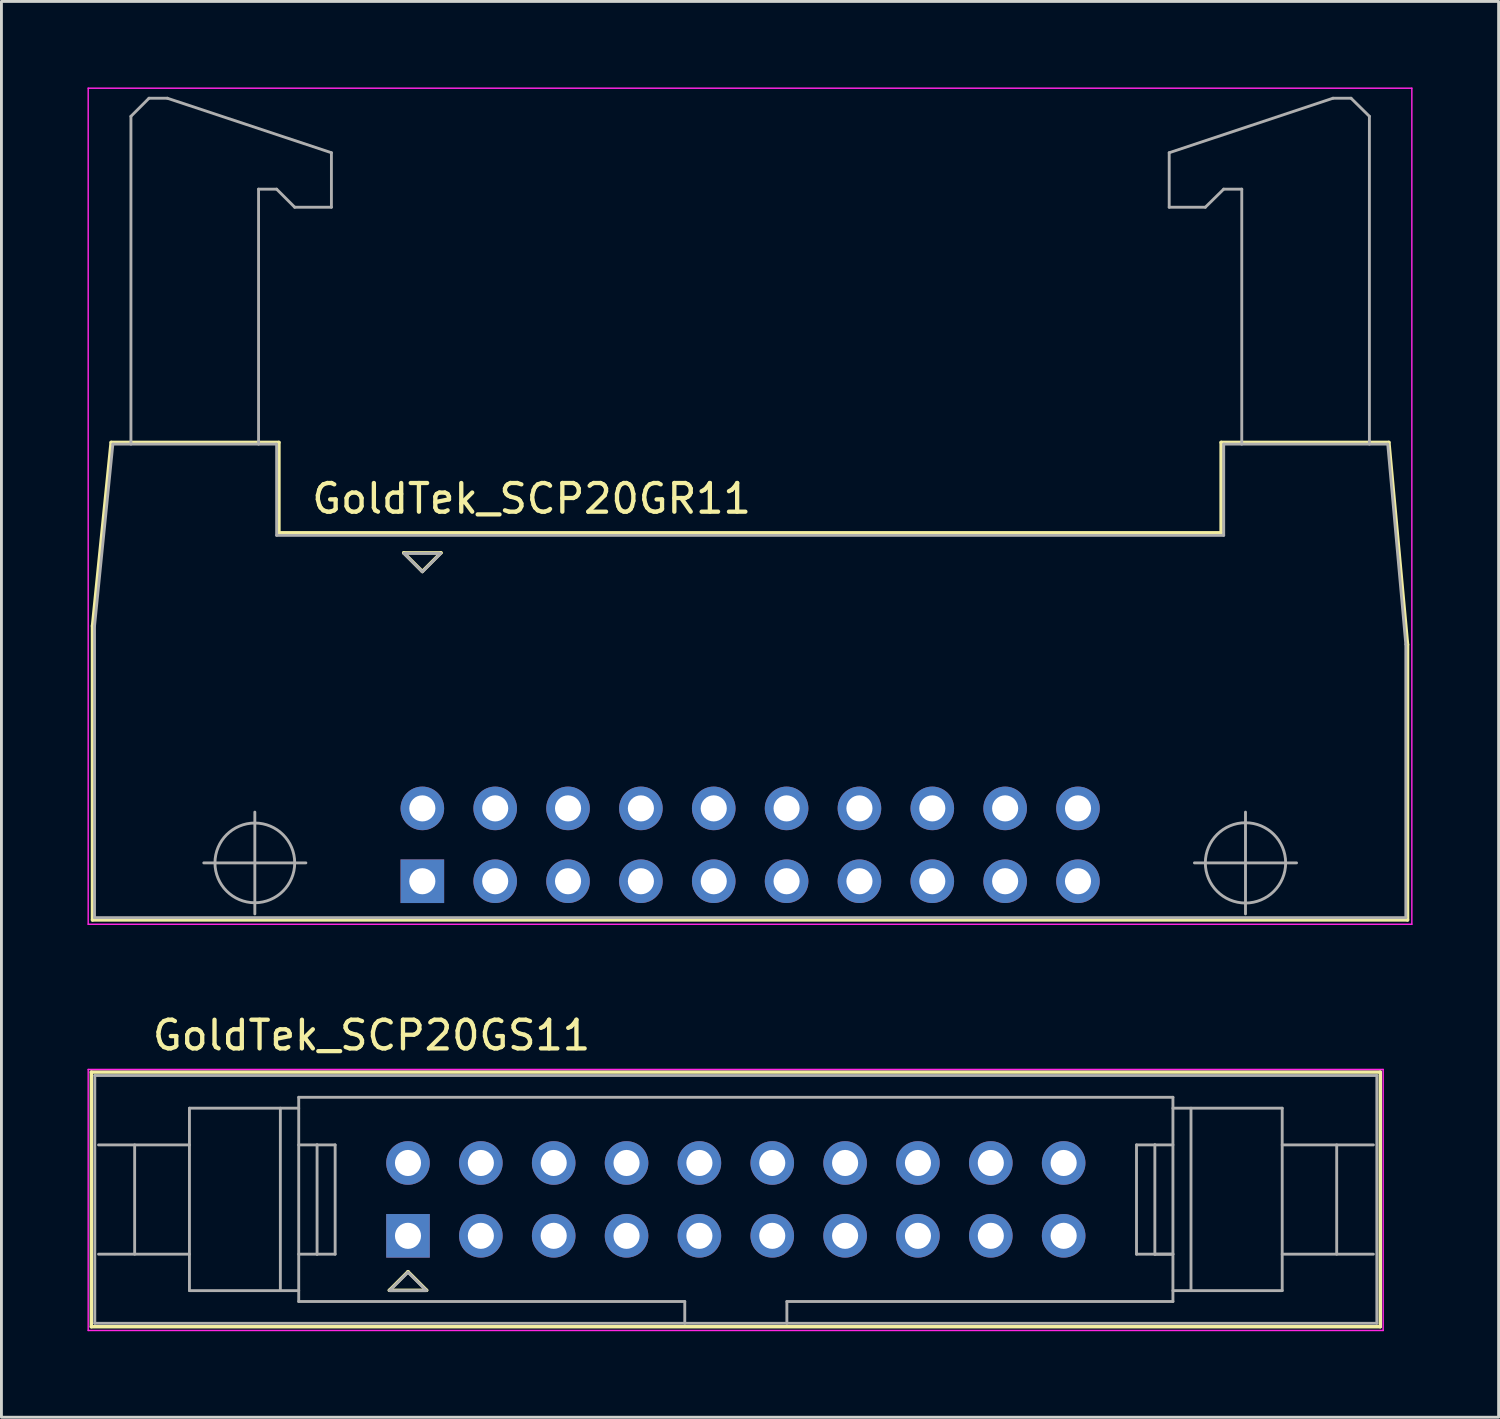
<source format=kicad_pcb>
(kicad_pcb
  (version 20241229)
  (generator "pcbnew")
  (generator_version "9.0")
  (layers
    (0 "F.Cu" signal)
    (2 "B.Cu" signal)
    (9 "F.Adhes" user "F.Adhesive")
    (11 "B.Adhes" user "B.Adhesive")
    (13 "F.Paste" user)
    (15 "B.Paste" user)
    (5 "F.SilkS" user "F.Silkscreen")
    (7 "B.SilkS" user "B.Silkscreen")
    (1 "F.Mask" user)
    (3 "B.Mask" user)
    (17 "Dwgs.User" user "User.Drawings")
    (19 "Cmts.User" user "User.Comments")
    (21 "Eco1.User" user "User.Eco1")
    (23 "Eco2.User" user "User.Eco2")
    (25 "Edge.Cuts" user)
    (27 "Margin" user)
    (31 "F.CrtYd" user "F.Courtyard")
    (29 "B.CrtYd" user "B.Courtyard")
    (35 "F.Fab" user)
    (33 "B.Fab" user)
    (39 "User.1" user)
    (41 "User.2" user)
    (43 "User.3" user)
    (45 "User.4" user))
  (footprint "GoldTek_SCP20GR11"
    (layer "F.Cu")
    (at 11.675 27.675)
    (property "Reference" "GoldTek_SCP20GR11" (at 3.81 -13.34 0) (layer "F.SilkS") (effects (font (size 1 1) (thickness 0.15))))
    (attr through_hole)
    (fp_line (start -11.5 -8.9) (end -10.85 -15.3) (stroke (width 0.12) (type solid)) (layer "F.SilkS"))
    (fp_line (start -11.5 1.35) (end -11.5 -8.9) (stroke (width 0.12) (type solid)) (layer "F.SilkS"))
    (fp_line (start -10.85 -15.3) (end -5 -15.3) (stroke (width 0.12) (type solid)) (layer "F.SilkS"))
    (fp_line (start -5 -15.3) (end -5 -12.15) (stroke (width 0.12) (type solid)) (layer "F.SilkS"))
    (fp_line (start -5 -12.15) (end 27.85 -12.15) (stroke (width 0.12) (type solid)) (layer "F.SilkS"))
    (fp_line (start -0.65 -11.45) (end 0 -10.8) (stroke (width 0.12) (type solid)) (layer "F.SilkS"))
    (fp_line (start 0 -10.8) (end 0.65 -11.45) (stroke (width 0.12) (type solid)) (layer "F.SilkS"))
    (fp_line (start 0.65 -11.45) (end -0.65 -11.45) (stroke (width 0.12) (type solid)) (layer "F.SilkS"))
    (fp_line (start 27.85 -15.3) (end 33.7 -15.3) (stroke (width 0.12) (type solid)) (layer "F.SilkS"))
    (fp_line (start 27.85 -12.15) (end 27.85 -15.3) (stroke (width 0.12) (type solid)) (layer "F.SilkS"))
    (fp_line (start 33.7 -15.3) (end 34.35 -8.25) (stroke (width 0.12) (type solid)) (layer "F.SilkS"))
    (fp_line (start 34.35 -8.25) (end 34.35 1.35) (stroke (width 0.12) (type solid)) (layer "F.SilkS"))
    (fp_line (start 34.35 1.35) (end -11.5 1.35) (stroke (width 0.12) (type solid)) (layer "F.SilkS"))
    (fp_line (start -11.65 -27.65) (end 34.5 -27.65) (stroke (width 0.05) (type solid)) (layer "F.CrtYd"))
    (fp_line (start -11.65 1.5) (end -11.65 -27.65) (stroke (width 0.05) (type solid)) (layer "F.CrtYd"))
    (fp_line (start 34.5 -27.65) (end 34.5 1.5) (stroke (width 0.05) (type solid)) (layer "F.CrtYd"))
    (fp_line (start 34.5 1.5) (end -11.65 1.5) (stroke (width 0.05) (type solid)) (layer "F.CrtYd"))
    (fp_line (start -11.43 -8.89) (end -10.79 -15.24) (stroke (width 0.1) (type solid)) (layer "F.Fab"))
    (fp_line (start -11.43 1.27) (end -11.43 -8.89) (stroke (width 0.1) (type solid)) (layer "F.Fab"))
    (fp_line (start -11.43 1.27) (end 34.29 1.27) (stroke (width 0.1) (type solid)) (layer "F.Fab"))
    (fp_line (start -10.79 -15.24) (end -5.08 -15.24) (stroke (width 0.1) (type solid)) (layer "F.Fab"))
    (fp_line (start -10.16 -26.67) (end -9.53 -27.3) (stroke (width 0.1) (type solid)) (layer "F.Fab"))
    (fp_line (start -10.16 -15.24) (end -10.16 -26.67) (stroke (width 0.1) (type solid)) (layer "F.Fab"))
    (fp_line (start -9.53 -27.3) (end -8.89 -27.3) (stroke (width 0.1) (type solid)) (layer "F.Fab"))
    (fp_line (start -8.89 -27.3) (end -3.17 -25.4) (stroke (width 0.1) (type solid)) (layer "F.Fab"))
    (fp_line (start -7.62 -0.64) (end -4.06 -0.64) (stroke (width 0.1) (type solid)) (layer "F.Fab"))
    (fp_line (start -5.84 -2.41) (end -5.84 1.14) (stroke (width 0.1) (type solid)) (layer "F.Fab"))
    (fp_line (start -5.71 -24.13) (end -5.71 -15.24) (stroke (width 0.1) (type solid)) (layer "F.Fab"))
    (fp_line (start -5.08 -24.13) (end -5.71 -24.13) (stroke (width 0.1) (type solid)) (layer "F.Fab"))
    (fp_line (start -5.08 -15.24) (end -5.08 -12.06) (stroke (width 0.1) (type solid)) (layer "F.Fab"))
    (fp_line (start -4.45 -23.5) (end -5.08 -24.13) (stroke (width 0.1) (type solid)) (layer "F.Fab"))
    (fp_line (start -3.17 -25.4) (end -3.17 -23.5) (stroke (width 0.1) (type solid)) (layer "F.Fab"))
    (fp_line (start -3.17 -23.5) (end -4.45 -23.5) (stroke (width 0.1) (type solid)) (layer "F.Fab"))
    (fp_line (start -0.64 -11.43) (end 0.64 -11.43) (stroke (width 0.1) (type solid)) (layer "F.Fab"))
    (fp_line (start 0 -10.79) (end -0.64 -11.43) (stroke (width 0.1) (type solid)) (layer "F.Fab"))
    (fp_line (start 0.64 -11.43) (end 0 -10.79) (stroke (width 0.1) (type solid)) (layer "F.Fab"))
    (fp_line (start 26.04 -25.4) (end 26.04 -23.5) (stroke (width 0.1) (type solid)) (layer "F.Fab"))
    (fp_line (start 26.04 -23.5) (end 27.3 -23.5) (stroke (width 0.1) (type solid)) (layer "F.Fab"))
    (fp_line (start 26.92 -0.64) (end 30.48 -0.64) (stroke (width 0.1) (type solid)) (layer "F.Fab"))
    (fp_line (start 27.3 -23.5) (end 27.94 -24.13) (stroke (width 0.1) (type solid)) (layer "F.Fab"))
    (fp_line (start 27.94 -24.13) (end 28.57 -24.13) (stroke (width 0.1) (type solid)) (layer "F.Fab"))
    (fp_line (start 27.94 -15.24) (end 27.94 -12.06) (stroke (width 0.1) (type solid)) (layer "F.Fab"))
    (fp_line (start 27.94 -12.06) (end -5.08 -12.06) (stroke (width 0.1) (type solid)) (layer "F.Fab"))
    (fp_line (start 28.57 -24.13) (end 28.57 -15.24) (stroke (width 0.1) (type solid)) (layer "F.Fab"))
    (fp_line (start 28.7 -2.41) (end 28.7 1.14) (stroke (width 0.1) (type solid)) (layer "F.Fab"))
    (fp_line (start 31.75 -27.3) (end 26.04 -25.4) (stroke (width 0.1) (type solid)) (layer "F.Fab"))
    (fp_line (start 32.38 -27.3) (end 31.75 -27.3) (stroke (width 0.1) (type solid)) (layer "F.Fab"))
    (fp_line (start 33.02 -26.67) (end 32.38 -27.3) (stroke (width 0.1) (type solid)) (layer "F.Fab"))
    (fp_line (start 33.02 -15.24) (end 33.02 -26.67) (stroke (width 0.1) (type solid)) (layer "F.Fab"))
    (fp_line (start 33.66 -15.24) (end 27.94 -15.24) (stroke (width 0.1) (type solid)) (layer "F.Fab"))
    (fp_line (start 34.29 -8.26) (end 33.66 -15.24) (stroke (width 0.1) (type solid)) (layer "F.Fab"))
    (fp_line (start 34.29 1.27) (end 34.29 -8.26) (stroke (width 0.1) (type solid)) (layer "F.Fab"))
    (fp_circle (center -5.84 -0.64) (end -4.45 -0.64) (stroke (width 0.1) (type solid)) (fill no) (layer "F.Fab"))
    (fp_circle (center 28.7 -0.64) (end 30.1 -0.64) (stroke (width 0.1) (type solid)) (fill no) (layer "F.Fab"))
    (pad "1" thru_hole rect (at 0 0) (size 1.52 1.52) (drill 0.91) (layers "*.Cu" "*.Mask"))
    (pad "2" thru_hole circle (at 0 -2.54) (size 1.52 1.52) (drill 0.91) (layers "*.Cu" "*.Mask"))
    (pad "3" thru_hole circle (at 2.54 0) (size 1.52 1.52) (drill 0.91) (layers "*.Cu" "*.Mask"))
    (pad "4" thru_hole circle (at 2.54 -2.54) (size 1.52 1.52) (drill 0.91) (layers "*.Cu" "*.Mask"))
    (pad "5" thru_hole circle (at 5.08 0) (size 1.52 1.52) (drill 0.91) (layers "*.Cu" "*.Mask"))
    (pad "6" thru_hole circle (at 5.08 -2.54) (size 1.52 1.52) (drill 0.91) (layers "*.Cu" "*.Mask"))
    (pad "7" thru_hole circle (at 7.62 0) (size 1.52 1.52) (drill 0.91) (layers "*.Cu" "*.Mask"))
    (pad "8" thru_hole circle (at 7.62 -2.54) (size 1.52 1.52) (drill 0.91) (layers "*.Cu" "*.Mask"))
    (pad "9" thru_hole circle (at 10.16 0) (size 1.52 1.52) (drill 0.91) (layers "*.Cu" "*.Mask"))
    (pad "10" thru_hole circle (at 10.16 -2.54) (size 1.52 1.52) (drill 0.91) (layers "*.Cu" "*.Mask"))
    (pad "11" thru_hole circle (at 12.7 0) (size 1.52 1.52) (drill 0.91) (layers "*.Cu" "*.Mask"))
    (pad "12" thru_hole circle (at 12.7 -2.54) (size 1.52 1.52) (drill 0.91) (layers "*.Cu" "*.Mask"))
    (pad "13" thru_hole circle (at 15.24 0) (size 1.52 1.52) (drill 0.91) (layers "*.Cu" "*.Mask"))
    (pad "14" thru_hole circle (at 15.24 -2.54) (size 1.52 1.52) (drill 0.91) (layers "*.Cu" "*.Mask"))
    (pad "15" thru_hole circle (at 17.78 0) (size 1.52 1.52) (drill 0.91) (layers "*.Cu" "*.Mask"))
    (pad "16" thru_hole circle (at 17.78 -2.54) (size 1.52 1.52) (drill 0.91) (layers "*.Cu" "*.Mask"))
    (pad "17" thru_hole circle (at 20.32 0) (size 1.52 1.52) (drill 0.91) (layers "*.Cu" "*.Mask"))
    (pad "18" thru_hole circle (at 20.32 -2.54) (size 1.52 1.52) (drill 0.91) (layers "*.Cu" "*.Mask"))
    (pad "19" thru_hole circle (at 22.86 0) (size 1.52 1.52) (drill 0.91) (layers "*.Cu" "*.Mask"))
    (pad "20" thru_hole circle (at 22.86 -2.54) (size 1.52 1.52) (drill 0.91) (layers "*.Cu" "*.Mask")))
  (footprint "GoldTek_SCP20GS11"
    (layer "F.Cu")
    (at 11.175 40.038)
    (property "Reference" "GoldTek_SCP20GS11" (at -1.27 -6.99 0) (layer "F.SilkS") (effects (font (size 1 1) (thickness 0.15))))
    (attr through_hole)
    (fp_line (start -11.04 -5.71) (end -11.04 3.17) (stroke (width 0.12) (type solid)) (layer "F.SilkS"))
    (fp_line (start -11.04 -5.71) (end 33.9 -5.71) (stroke (width 0.12) (type solid)) (layer "F.SilkS"))
    (fp_line (start -0.65 1.9) (end 0 1.25) (stroke (width 0.12) (type solid)) (layer "F.SilkS"))
    (fp_line (start 0 1.25) (end 0.65 1.9) (stroke (width 0.12) (type solid)) (layer "F.SilkS"))
    (fp_line (start 0.65 1.9) (end -0.65 1.9) (stroke (width 0.12) (type solid)) (layer "F.SilkS"))
    (fp_line (start 33.9 3.17) (end -11.04 3.17) (stroke (width 0.12) (type solid)) (layer "F.SilkS"))
    (fp_line (start 33.9 3.17) (end 33.9 -5.71) (stroke (width 0.12) (type solid)) (layer "F.SilkS"))
    (fp_line (start -11.15 -5.8) (end 34 -5.8) (stroke (width 0.05) (type solid)) (layer "F.CrtYd"))
    (fp_line (start -11.15 3.3) (end -11.15 -5.8) (stroke (width 0.05) (type solid)) (layer "F.CrtYd"))
    (fp_line (start 34 -5.8) (end 34 3.3) (stroke (width 0.05) (type solid)) (layer "F.CrtYd"))
    (fp_line (start 34 3.3) (end -11.15 3.3) (stroke (width 0.05) (type solid)) (layer "F.CrtYd"))
    (fp_line (start -10.92 -5.59) (end -10.92 3.05) (stroke (width 0.1) (type solid)) (layer "F.Fab"))
    (fp_line (start -10.92 3.05) (end 33.78 3.05) (stroke (width 0.1) (type solid)) (layer "F.Fab"))
    (fp_line (start -9.53 -3.17) (end -9.53 0.64) (stroke (width 0.1) (type solid)) (layer "F.Fab"))
    (fp_line (start -7.62 -4.45) (end -7.62 1.91) (stroke (width 0.1) (type solid)) (layer "F.Fab"))
    (fp_line (start -7.62 -3.17) (end -10.79 -3.17) (stroke (width 0.1) (type solid)) (layer "F.Fab"))
    (fp_line (start -7.62 0.64) (end -10.79 0.64) (stroke (width 0.1) (type solid)) (layer "F.Fab"))
    (fp_line (start -7.62 1.91) (end -3.81 1.91) (stroke (width 0.1) (type solid)) (layer "F.Fab"))
    (fp_line (start -4.45 -4.45) (end -4.45 1.91) (stroke (width 0.1) (type solid)) (layer "F.Fab"))
    (fp_line (start -3.81 -4.83) (end 26.67 -4.83) (stroke (width 0.1) (type solid)) (layer "F.Fab"))
    (fp_line (start -3.81 -4.45) (end -7.62 -4.45) (stroke (width 0.1) (type solid)) (layer "F.Fab"))
    (fp_line (start -3.81 -3.17) (end -3.17 -3.17) (stroke (width 0.1) (type solid)) (layer "F.Fab"))
    (fp_line (start -3.81 2.29) (end -3.81 -4.83) (stroke (width 0.1) (type solid)) (layer "F.Fab"))
    (fp_line (start -3.17 -3.17) (end -3.17 0.64) (stroke (width 0.1) (type solid)) (layer "F.Fab"))
    (fp_line (start -3.17 -3.17) (end -2.54 -3.17) (stroke (width 0.1) (type solid)) (layer "F.Fab"))
    (fp_line (start -3.17 0.64) (end -3.81 0.64) (stroke (width 0.1) (type solid)) (layer "F.Fab"))
    (fp_line (start -2.54 -3.17) (end -2.54 0.64) (stroke (width 0.1) (type solid)) (layer "F.Fab"))
    (fp_line (start -2.54 0.64) (end -3.17 0.64) (stroke (width 0.1) (type solid)) (layer "F.Fab"))
    (fp_line (start -0.64 1.91) (end 0 1.27) (stroke (width 0.1) (type solid)) (layer "F.Fab"))
    (fp_line (start 0 1.27) (end 0.64 1.91) (stroke (width 0.1) (type solid)) (layer "F.Fab"))
    (fp_line (start 0.64 1.91) (end -0.64 1.91) (stroke (width 0.1) (type solid)) (layer "F.Fab"))
    (fp_line (start 9.65 2.29) (end -3.81 2.29) (stroke (width 0.1) (type solid)) (layer "F.Fab"))
    (fp_line (start 9.65 3.05) (end 9.65 2.29) (stroke (width 0.1) (type solid)) (layer "F.Fab"))
    (fp_line (start 13.21 2.29) (end 13.21 3.05) (stroke (width 0.1) (type solid)) (layer "F.Fab"))
    (fp_line (start 25.4 -3.17) (end 26.04 -3.17) (stroke (width 0.1) (type solid)) (layer "F.Fab"))
    (fp_line (start 25.4 0.64) (end 25.4 -3.17) (stroke (width 0.1) (type solid)) (layer "F.Fab"))
    (fp_line (start 26.04 -3.17) (end 26.04 0.64) (stroke (width 0.1) (type solid)) (layer "F.Fab"))
    (fp_line (start 26.04 0.64) (end 25.4 0.64) (stroke (width 0.1) (type solid)) (layer "F.Fab"))
    (fp_line (start 26.04 0.64) (end 26.67 0.64) (stroke (width 0.1) (type solid)) (layer "F.Fab"))
    (fp_line (start 26.67 -4.83) (end 26.67 2.29) (stroke (width 0.1) (type solid)) (layer "F.Fab"))
    (fp_line (start 26.67 -4.45) (end 30.48 -4.45) (stroke (width 0.1) (type solid)) (layer "F.Fab"))
    (fp_line (start 26.67 -3.17) (end 26.04 -3.17) (stroke (width 0.1) (type solid)) (layer "F.Fab"))
    (fp_line (start 26.67 0.64) (end 26.04 0.64) (stroke (width 0.1) (type solid)) (layer "F.Fab"))
    (fp_line (start 26.67 2.29) (end 13.21 2.29) (stroke (width 0.1) (type solid)) (layer "F.Fab"))
    (fp_line (start 27.3 -4.45) (end 27.3 1.91) (stroke (width 0.1) (type solid)) (layer "F.Fab"))
    (fp_line (start 30.48 -4.45) (end 30.48 1.91) (stroke (width 0.1) (type solid)) (layer "F.Fab"))
    (fp_line (start 30.48 -3.17) (end 33.66 -3.17) (stroke (width 0.1) (type solid)) (layer "F.Fab"))
    (fp_line (start 30.48 0.64) (end 33.66 0.64) (stroke (width 0.1) (type solid)) (layer "F.Fab"))
    (fp_line (start 30.48 1.91) (end 26.67 1.91) (stroke (width 0.1) (type solid)) (layer "F.Fab"))
    (fp_line (start 32.38 -3.17) (end 32.38 0.64) (stroke (width 0.1) (type solid)) (layer "F.Fab"))
    (fp_line (start 33.78 -5.59) (end -10.92 -5.59) (stroke (width 0.1) (type solid)) (layer "F.Fab"))
    (fp_line (start 33.78 3.05) (end 33.78 -5.59) (stroke (width 0.1) (type solid)) (layer "F.Fab"))
    (pad "1" thru_hole rect (at 0 0) (size 1.52 1.52) (drill 0.91) (layers "*.Cu" "*.Mask"))
    (pad "2" thru_hole circle (at 0 -2.54) (size 1.52 1.52) (drill 0.91) (layers "*.Cu" "*.Mask"))
    (pad "3" thru_hole circle (at 2.54 0) (size 1.52 1.52) (drill 0.91) (layers "*.Cu" "*.Mask"))
    (pad "4" thru_hole circle (at 2.54 -2.54) (size 1.52 1.52) (drill 0.91) (layers "*.Cu" "*.Mask"))
    (pad "5" thru_hole circle (at 5.08 0) (size 1.52 1.52) (drill 0.91) (layers "*.Cu" "*.Mask"))
    (pad "6" thru_hole circle (at 5.08 -2.54) (size 1.52 1.52) (drill 0.91) (layers "*.Cu" "*.Mask"))
    (pad "7" thru_hole circle (at 7.62 0) (size 1.52 1.52) (drill 0.91) (layers "*.Cu" "*.Mask"))
    (pad "8" thru_hole circle (at 7.62 -2.54) (size 1.52 1.52) (drill 0.91) (layers "*.Cu" "*.Mask"))
    (pad "9" thru_hole circle (at 10.16 0) (size 1.52 1.52) (drill 0.91) (layers "*.Cu" "*.Mask"))
    (pad "10" thru_hole circle (at 10.16 -2.54) (size 1.52 1.52) (drill 0.91) (layers "*.Cu" "*.Mask"))
    (pad "11" thru_hole circle (at 12.7 0) (size 1.52 1.52) (drill 0.91) (layers "*.Cu" "*.Mask"))
    (pad "12" thru_hole circle (at 12.7 -2.54) (size 1.52 1.52) (drill 0.91) (layers "*.Cu" "*.Mask"))
    (pad "13" thru_hole circle (at 15.24 0) (size 1.52 1.52) (drill 0.91) (layers "*.Cu" "*.Mask"))
    (pad "14" thru_hole circle (at 15.24 -2.54) (size 1.52 1.52) (drill 0.91) (layers "*.Cu" "*.Mask"))
    (pad "15" thru_hole circle (at 17.78 0) (size 1.52 1.52) (drill 0.91) (layers "*.Cu" "*.Mask"))
    (pad "16" thru_hole circle (at 17.78 -2.54) (size 1.52 1.52) (drill 0.91) (layers "*.Cu" "*.Mask"))
    (pad "17" thru_hole circle (at 20.32 0) (size 1.52 1.52) (drill 0.91) (layers "*.Cu" "*.Mask"))
    (pad "18" thru_hole circle (at 20.32 -2.54) (size 1.52 1.52) (drill 0.91) (layers "*.Cu" "*.Mask"))
    (pad "19" thru_hole circle (at 22.86 0) (size 1.52 1.52) (drill 0.91) (layers "*.Cu" "*.Mask"))
    (pad "20" thru_hole circle (at 22.86 -2.54) (size 1.52 1.52) (drill 0.91) (layers "*.Cu" "*.Mask")))
  (gr_rect
    (start -3 -3)
    (end 49.2 46.363)
    (stroke (width 0.1) (type default))
    (fill no)
    (layer "Edge.Cuts")))
</source>
